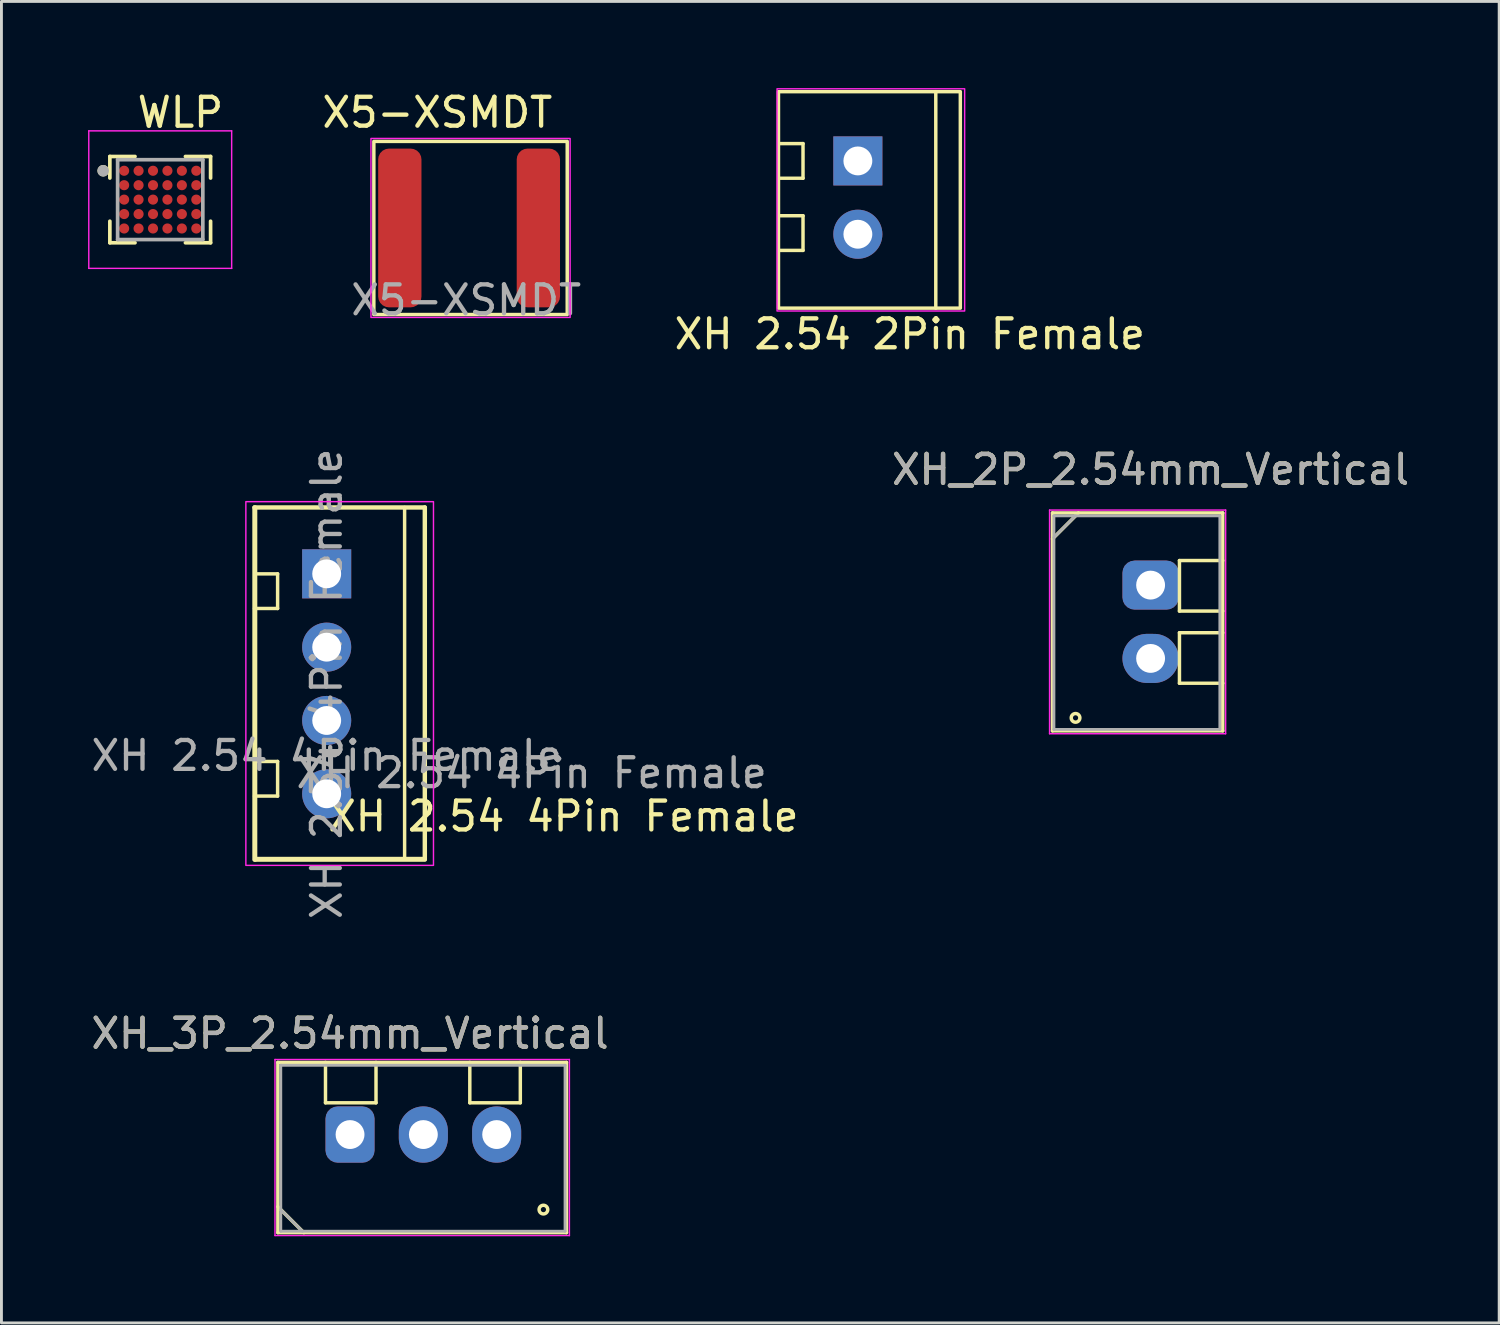
<source format=kicad_pcb>
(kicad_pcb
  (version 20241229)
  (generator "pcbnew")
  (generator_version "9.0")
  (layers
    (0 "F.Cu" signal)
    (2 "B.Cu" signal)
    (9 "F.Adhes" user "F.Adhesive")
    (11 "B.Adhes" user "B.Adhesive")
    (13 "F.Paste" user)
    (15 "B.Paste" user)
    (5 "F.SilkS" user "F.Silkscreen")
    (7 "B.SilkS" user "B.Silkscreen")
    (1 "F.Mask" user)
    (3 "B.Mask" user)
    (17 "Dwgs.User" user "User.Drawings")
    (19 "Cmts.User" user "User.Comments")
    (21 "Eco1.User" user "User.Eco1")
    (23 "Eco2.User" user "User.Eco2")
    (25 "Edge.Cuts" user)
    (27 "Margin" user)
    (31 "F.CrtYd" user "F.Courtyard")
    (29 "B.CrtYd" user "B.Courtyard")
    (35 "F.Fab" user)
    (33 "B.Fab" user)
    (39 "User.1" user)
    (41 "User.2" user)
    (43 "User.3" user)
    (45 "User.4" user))
  (footprint "XH_3P_2.54mm_Vertical"
    (layer "F.Cu")
    (at 9.077 36.257)
    (property "Reference" "XH_3P_2.54mm_Vertical" (at 0 -3.5 0) (unlocked yes) (layer "F.SilkS") (effects (font (size 1 1) (thickness 0.15))))
    (attr through_hole)
    (fp_line (start -2.5 -2.5) (end 7.5 -2.5) (stroke (width 0.12) (type solid)) (layer "F.SilkS"))
    (fp_line (start -2.5 2.5) (end -1.6 3.4) (stroke (width 0.12) (type solid)) (layer "F.SilkS"))
    (fp_line (start -2.5 3.4) (end -2.5 -2.5) (stroke (width 0.12) (type solid)) (layer "F.SilkS"))
    (fp_line (start -2.5 3.4) (end 7.5 3.4) (stroke (width 0.12) (type solid)) (layer "F.SilkS"))
    (fp_line (start -0.85 -2.5) (end -0.85 -1.1) (stroke (width 0.12) (type solid)) (layer "F.SilkS"))
    (fp_line (start -0.85 -1.1) (end 0.9 -1.1) (stroke (width 0.12) (type solid)) (layer "F.SilkS"))
    (fp_line (start 0.9 -1.1) (end 0.9 -2.5) (stroke (width 0.12) (type solid)) (layer "F.SilkS"))
    (fp_line (start 4.15 -2.5) (end 4.15 -1.1) (stroke (width 0.12) (type solid)) (layer "F.SilkS"))
    (fp_line (start 4.15 -1.1) (end 5.9 -1.1) (stroke (width 0.12) (type solid)) (layer "F.SilkS"))
    (fp_line (start 5.9 -1.1) (end 5.9 -2.5) (stroke (width 0.12) (type solid)) (layer "F.SilkS"))
    (fp_line (start 7.5 3.4) (end 7.5 -2.5) (stroke (width 0.12) (type solid)) (layer "F.SilkS"))
    (fp_circle (center 6.7 2.6) (end 6.7 2.75) (stroke (width 0.12) (type solid)) (fill no) (layer "F.SilkS"))
    (fp_line (start -2.6 -2.6) (end -2.6 3.5) (stroke (width 0.05) (type solid)) (layer "F.CrtYd"))
    (fp_line (start -2.6 -2.6) (end 7.6 -2.6) (stroke (width 0.05) (type solid)) (layer "F.CrtYd"))
    (fp_line (start -2.6 3.5) (end 7.6 3.5) (stroke (width 0.05) (type solid)) (layer "F.CrtYd"))
    (fp_line (start 7.6 -2.6) (end 7.6 3.5) (stroke (width 0.05) (type solid)) (layer "F.CrtYd"))
    (fp_line (start -2.4 2.6) (end -1.65 3.35) (stroke (width 0.1) (type solid)) (layer "F.Fab"))
    (fp_line (start -2.4 3.35) (end -2.4 -2.4) (stroke (width 0.1) (type solid)) (layer "F.Fab"))
    (fp_line (start 7.45 -2.4) (end -2.4 -2.4) (stroke (width 0.1) (type solid)) (layer "F.Fab"))
    (fp_line (start 7.45 3.35) (end -2.4 3.35) (stroke (width 0.1) (type solid)) (layer "F.Fab"))
    (fp_line (start 7.45 3.35) (end 7.45 -2.4) (stroke (width 0.1) (type solid)) (layer "F.Fab"))
    (fp_text user "${REFERENCE}" (at 0 -3.5 0) (unlocked yes) (layer "F.Fab") (effects (font (size 1 1) (thickness 0.15))))
    (pad "1" thru_hole roundrect (at 0 0 90) (size 1.95 1.7) (drill 1) (layers "*.Cu" "*.Mask") (roundrect_rratio 0.25))
    (pad "2" thru_hole oval (at 2.54 0 90) (size 1.95 1.7) (drill 1) (layers "*.Cu" "*.Mask"))
    (pad "3" thru_hole oval (at 5.08 0 90) (size 1.95 1.7) (drill 1) (layers "*.Cu" "*.Mask")))
  (footprint "XH_2P_2.54mm_Vertical"
    (layer "F.Cu")
    (at 36.813 17.221)
    (property "Reference" "XH_2P_2.54mm_Vertical" (at 0 -4 0) (unlocked yes) (layer "F.SilkS") (effects (font (size 1 1) (thickness 0.15))))
    (attr through_hole)
    (fp_line (start -3.4 -2.5) (end -3.4 5.05) (stroke (width 0.12) (type solid)) (layer "F.SilkS"))
    (fp_line (start -3.4 -2.5) (end 2.5 -2.5) (stroke (width 0.12) (type solid)) (layer "F.SilkS"))
    (fp_line (start -3.4 5.05) (end 2.5 5.05) (stroke (width 0.12) (type solid)) (layer "F.SilkS"))
    (fp_line (start -2.5 -2.5) (end -3.4 -1.6) (stroke (width 0.12) (type solid)) (layer "F.SilkS"))
    (fp_line (start 1 -0.85) (end 1 0.9) (stroke (width 0.12) (type solid)) (layer "F.SilkS"))
    (fp_line (start 1 0.9) (end 2.5 0.9) (stroke (width 0.12) (type solid)) (layer "F.SilkS"))
    (fp_line (start 1 1.65) (end 1 3.4) (stroke (width 0.12) (type solid)) (layer "F.SilkS"))
    (fp_line (start 1 3.4) (end 2.5 3.4) (stroke (width 0.12) (type solid)) (layer "F.SilkS"))
    (fp_line (start 2.5 -2.5) (end 2.5 5.05) (stroke (width 0.12) (type solid)) (layer "F.SilkS"))
    (fp_line (start 2.5 -0.85) (end 1 -0.85) (stroke (width 0.12) (type solid)) (layer "F.SilkS"))
    (fp_line (start 2.5 1.65) (end 1 1.65) (stroke (width 0.12) (type solid)) (layer "F.SilkS"))
    (fp_circle (center -2.6 4.6) (end -2.75 4.6) (stroke (width 0.12) (type solid)) (fill no) (layer "F.SilkS"))
    (fp_line (start -3.5 -2.6) (end -3.5 5.15) (stroke (width 0.05) (type solid)) (layer "F.CrtYd"))
    (fp_line (start 2.6 -2.6) (end -3.5 -2.6) (stroke (width 0.05) (type solid)) (layer "F.CrtYd"))
    (fp_line (start 2.6 -2.6) (end 2.6 5.15) (stroke (width 0.05) (type solid)) (layer "F.CrtYd"))
    (fp_line (start 2.6 5.15) (end -3.5 5.15) (stroke (width 0.05) (type solid)) (layer "F.CrtYd"))
    (fp_line (start -3.35 -2.4) (end 2.4 -2.4) (stroke (width 0.1) (type solid)) (layer "F.Fab"))
    (fp_line (start -3.35 5) (end -3.35 -2.4) (stroke (width 0.1) (type solid)) (layer "F.Fab"))
    (fp_line (start -3.35 5) (end 2.4 5) (stroke (width 0.1) (type solid)) (layer "F.Fab"))
    (fp_line (start -2.6 -2.4) (end -3.35 -1.65) (stroke (width 0.1) (type solid)) (layer "F.Fab"))
    (fp_line (start 2.4 5) (end 2.4 -2.4) (stroke (width 0.1) (type solid)) (layer "F.Fab"))
    (fp_text user "${REFERENCE}" (at 0 -4 0) (unlocked yes) (layer "F.Fab") (effects (font (size 1 1) (thickness 0.15))))
    (pad "1" thru_hole roundrect (at 0 0) (size 1.95 1.7) (drill 1) (layers "*.Cu" "*.Mask") (roundrect_rratio 0.25))
    (pad "2" thru_hole oval (at 0 2.54) (size 1.95 1.7) (drill 1) (layers "*.Cu" "*.Mask")))
  (footprint "XH 2.54 2Pin Female"
    (layer "F.Cu")
    (at 26.671 6.325)
    (property "Reference" "XH 2.54 2Pin Female" (at 1.8 2.2 0) (unlocked yes) (layer "F.SilkS") (effects (font (size 1 1) (thickness 0.15))))
    (attr through_hole)
    (fp_line (start -2.7 -4.4) (end -1.9 -4.4) (stroke (width 0.12) (type solid)) (layer "F.SilkS"))
    (fp_line (start -2.7 -1.9) (end -1.9 -1.9) (stroke (width 0.12) (type solid)) (layer "F.SilkS"))
    (fp_line (start -1.9 -4.4) (end -1.9 -3.2) (stroke (width 0.12) (type solid)) (layer "F.SilkS"))
    (fp_line (start -1.9 -3.2) (end -2.7 -3.2) (stroke (width 0.12) (type solid)) (layer "F.SilkS"))
    (fp_line (start -1.9 -1.9) (end -1.9 -0.7) (stroke (width 0.12) (type solid)) (layer "F.SilkS"))
    (fp_line (start -1.9 -0.7) (end -2.7 -0.7) (stroke (width 0.12) (type solid)) (layer "F.SilkS"))
    (fp_line (start 2.7 -6.2) (end 2.7 1.3) (stroke (width 0.12) (type solid)) (layer "F.SilkS"))
    (fp_rect (start -2.75 -6.2) (end 3.55 1.3) (stroke (width 0.12) (type solid)) (fill no) (layer "F.SilkS"))
    (fp_rect (start -2.8 -6.3) (end 3.7 1.4) (stroke (width 0.05) (type solid)) (fill no) (layer "F.CrtYd"))
    (pad "1" thru_hole rect (at 0 -3.8) (size 1.7 1.7) (drill 1) (layers "*.Cu" "*.Mask"))
    (pad "2" thru_hole oval (at 0 -1.26) (size 1.7 1.7) (drill 1) (layers "*.Cu" "*.Mask")))
  (footprint "X5-XSMDT"
    (layer "F.Cu")
    (at 13.102 4.848)
    (property "Reference" "X5-XSMDT" (at -1 -4 0) (unlocked yes) (layer "F.SilkS") (effects (font (size 1 1) (thickness 0.15))))
    (attr smd)
    (fp_rect (start -3.2 -3) (end 3.5 3) (stroke (width 0.12) (type solid)) (fill no) (layer "F.SilkS"))
    (fp_rect (start -3.3 -3.1) (end 3.6 3.1) (stroke (width 0.05) (type solid)) (fill no) (layer "F.CrtYd"))
    (fp_text user "${REFERENCE}" (at 0 2.5 0) (unlocked yes) (layer "F.Fab") (effects (font (size 1 1) (thickness 0.15))))
    (pad "1" smd roundrect (at -2.3 0) (size 1.5 5.5) (layers "F.Cu" "F.Mask" "F.Paste") (roundrect_rratio 0.25))
    (pad "2" smd roundrect (at 2.5 0) (size 1.5 5.5) (layers "F.Cu" "F.Mask" "F.Paste") (roundrect_rratio 0.25)))
  (footprint "WLP"
    (layer "F.Cu")
    (at 2.501 3.866)
    (property "Reference" "WLP" (at 0.7 -3.018 0) (layer "F.SilkS") (effects (font (size 1 1) (thickness 0.15))))
    (attr through_hole)
    (fp_line (start -1.745 -1.495) (end -1.745 -0.748) (stroke (width 0.127) (type solid)) (layer "F.SilkS"))
    (fp_line (start -1.745 -1.495) (end -0.873 -1.495) (stroke (width 0.127) (type solid)) (layer "F.SilkS"))
    (fp_line (start -1.745 1.495) (end -1.745 0.748) (stroke (width 0.127) (type solid)) (layer "F.SilkS"))
    (fp_line (start -1.745 1.495) (end -0.873 1.495) (stroke (width 0.127) (type solid)) (layer "F.SilkS"))
    (fp_line (start 1.745 -1.495) (end 0.873 -1.495) (stroke (width 0.127) (type solid)) (layer "F.SilkS"))
    (fp_line (start 1.745 -1.495) (end 1.745 -0.748) (stroke (width 0.127) (type solid)) (layer "F.SilkS"))
    (fp_line (start 1.745 1.495) (end 0.873 1.495) (stroke (width 0.127) (type solid)) (layer "F.SilkS"))
    (fp_line (start 1.745 1.495) (end 1.745 0.748) (stroke (width 0.127) (type solid)) (layer "F.SilkS"))
    (fp_circle (center -1.976 -1) (end -1.875 -1) (stroke (width 0.2) (type solid)) (fill no) (layer "F.SilkS"))
    (fp_line (start -2.475 -2.382) (end 2.475 -2.382) (stroke (width 0.05) (type solid)) (layer "F.CrtYd"))
    (fp_line (start -2.475 2.382) (end -2.475 -2.382) (stroke (width 0.05) (type solid)) (layer "F.CrtYd"))
    (fp_line (start -2.475 2.382) (end 2.475 2.382) (stroke (width 0.05) (type solid)) (layer "F.CrtYd"))
    (fp_line (start 2.475 2.382) (end 2.475 -2.382) (stroke (width 0.05) (type solid)) (layer "F.CrtYd"))
    (fp_line (start -1.476 1.383) (end -1.476 -1.383) (stroke (width 0.127) (type solid)) (layer "F.Fab"))
    (fp_line (start 1.476 -1.383) (end -1.476 -1.383) (stroke (width 0.127) (type solid)) (layer "F.Fab"))
    (fp_line (start 1.476 1.383) (end -1.476 1.383) (stroke (width 0.127) (type solid)) (layer "F.Fab"))
    (fp_line (start 1.476 1.383) (end 1.476 -1.383) (stroke (width 0.127) (type solid)) (layer "F.Fab"))
    (fp_circle (center -1.976 -1) (end -1.875 -1) (stroke (width 0.2) (type solid)) (fill no) (layer "F.Fab"))
    (pad "A1" smd circle (at -1.25 -1) (size 0.35 0.35) (layers "F.Cu" "F.Mask" "F.Paste"))
    (pad "A2" smd circle (at -0.75 -1) (size 0.35 0.35) (layers "F.Cu" "F.Mask" "F.Paste"))
    (pad "A3" smd circle (at -0.25 -1) (size 0.35 0.35) (layers "F.Cu" "F.Mask" "F.Paste"))
    (pad "A4" smd circle (at 0.25 -1) (size 0.35 0.35) (layers "F.Cu" "F.Mask" "F.Paste"))
    (pad "A5" smd circle (at 0.75 -1) (size 0.35 0.35) (layers "F.Cu" "F.Mask" "F.Paste"))
    (pad "A6" smd circle (at 1.25 -1) (size 0.35 0.35) (layers "F.Cu" "F.Mask" "F.Paste"))
    (pad "B1" smd circle (at -1.25 -0.5) (size 0.35 0.35) (layers "F.Cu" "F.Mask" "F.Paste"))
    (pad "B2" smd circle (at -0.75 -0.5) (size 0.35 0.35) (layers "F.Cu" "F.Mask" "F.Paste"))
    (pad "B3" smd circle (at -0.25 -0.5) (size 0.35 0.35) (layers "F.Cu" "F.Mask" "F.Paste"))
    (pad "B4" smd circle (at 0.25 -0.5) (size 0.35 0.35) (layers "F.Cu" "F.Mask" "F.Paste"))
    (pad "B5" smd circle (at 0.75 -0.5) (size 0.35 0.35) (layers "F.Cu" "F.Mask" "F.Paste"))
    (pad "B6" smd circle (at 1.25 -0.5) (size 0.35 0.35) (layers "F.Cu" "F.Mask" "F.Paste"))
    (pad "C1" smd circle (at -1.25 0) (size 0.35 0.35) (layers "F.Cu" "F.Mask" "F.Paste"))
    (pad "C2" smd circle (at -0.75 0) (size 0.35 0.35) (layers "F.Cu" "F.Mask" "F.Paste"))
    (pad "C3" smd circle (at -0.25 0) (size 0.35 0.35) (layers "F.Cu" "F.Mask" "F.Paste"))
    (pad "C4" smd circle (at 0.25 0) (size 0.35 0.35) (layers "F.Cu" "F.Mask" "F.Paste"))
    (pad "C5" smd circle (at 0.75 0) (size 0.35 0.35) (layers "F.Cu" "F.Mask" "F.Paste"))
    (pad "C6" smd circle (at 1.25 0) (size 0.35 0.35) (layers "F.Cu" "F.Mask" "F.Paste"))
    (pad "D1" smd circle (at -1.25 0.5) (size 0.35 0.35) (layers "F.Cu" "F.Mask" "F.Paste"))
    (pad "D2" smd circle (at -0.75 0.5) (size 0.35 0.35) (layers "F.Cu" "F.Mask" "F.Paste"))
    (pad "D3" smd circle (at -0.25 0.5) (size 0.35 0.35) (layers "F.Cu" "F.Mask" "F.Paste"))
    (pad "D4" smd circle (at 0.25 0.5) (size 0.35 0.35) (layers "F.Cu" "F.Mask" "F.Paste"))
    (pad "D5" smd circle (at 0.75 0.5) (size 0.35 0.35) (layers "F.Cu" "F.Mask" "F.Paste"))
    (pad "D6" smd circle (at 1.25 0.5) (size 0.35 0.35) (layers "F.Cu" "F.Mask" "F.Paste"))
    (pad "E1" smd circle (at -1.25 1) (size 0.35 0.35) (layers "F.Cu" "F.Mask" "F.Paste"))
    (pad "E2" smd circle (at -0.75 1) (size 0.35 0.35) (layers "F.Cu" "F.Mask" "F.Paste"))
    (pad "E3" smd circle (at -0.25 1) (size 0.35 0.35) (layers "F.Cu" "F.Mask" "F.Paste"))
    (pad "E4" smd circle (at 0.25 1) (size 0.35 0.35) (layers "F.Cu" "F.Mask" "F.Paste"))
    (pad "E5" smd circle (at 0.75 1) (size 0.35 0.35) (layers "F.Cu" "F.Mask" "F.Paste"))
    (pad "E6" smd circle (at 1.25 1) (size 0.35 0.35) (layers "F.Cu" "F.Mask" "F.Paste")))
  (footprint "XH 2.54 4Pin Female"
    (layer "F.Cu")
    (at 8.268 20.631)
    (property "Reference" "XH 2.54 4Pin Female" (at 8.2 4.6 0) (unlocked yes) (layer "F.SilkS") (effects (font (size 1 1) (thickness 0.15))))
    (attr through_hole)
    (fp_line (start -2.4 -3.8) (end -1.7 -3.8) (stroke (width 0.12) (type solid)) (layer "F.SilkS"))
    (fp_line (start -2.4 2.7) (end -1.7 2.7) (stroke (width 0.12) (type solid)) (layer "F.SilkS"))
    (fp_line (start -1.7 -3.8) (end -1.7 -2.6) (stroke (width 0.12) (type solid)) (layer "F.SilkS"))
    (fp_line (start -1.7 -2.6) (end -2.5 -2.6) (stroke (width 0.12) (type solid)) (layer "F.SilkS"))
    (fp_line (start -1.7 2.7) (end -1.7 3.9) (stroke (width 0.12) (type solid)) (layer "F.SilkS"))
    (fp_line (start -1.7 3.9) (end -2.5 3.9) (stroke (width 0.12) (type solid)) (layer "F.SilkS"))
    (fp_line (start 2.7 -6.1) (end 2.7 6) (stroke (width 0.12) (type solid)) (layer "F.SilkS"))
    (fp_rect (start -2.5 -6.1) (end -2.48 6.1) (stroke (width 0.153) (type solid)) (fill no) (layer "F.SilkS"))
    (fp_rect (start -2.5 -6.1) (end 3.4 -6.1) (stroke (width 0.153) (type solid)) (fill no) (layer "F.SilkS"))
    (fp_rect (start -2.48 6.08) (end 3.4 6.1) (stroke (width 0.153) (type solid)) (fill no) (layer "F.SilkS"))
    (fp_rect (start 3.4 6.08) (end 3.4 -6.1) (stroke (width 0.153) (type solid)) (fill no) (layer "F.SilkS"))
    (fp_rect (start -2.8 -6.3) (end 3.7 6.3) (stroke (width 0.05) (type solid)) (fill no) (layer "F.CrtYd"))
    (fp_text user "${REFERENCE}" (at 7.1 3.1 0) (unlocked yes) (layer "F.Fab") (effects (font (size 1 1) (thickness 0.15))))
    (fp_text user "${REFERENCE}" (at 0 2.5 0) (unlocked yes) (layer "F.Fab") (effects (font (size 1 1) (thickness 0.15))))
    (fp_text user "${REFERENCE}" (at 0 0.01 90) (layer "F.Fab") (effects (font (size 1 1) (thickness 0.15))))
    (pad "1" thru_hole rect (at 0 -3.8) (size 1.7 1.7) (drill 1) (layers "*.Cu" "*.Mask"))
    (pad "2" thru_hole oval (at 0 -1.26) (size 1.7 1.7) (drill 1) (layers "*.Cu" "*.Mask"))
    (pad "3" thru_hole oval (at 0 1.28) (size 1.7 1.7) (drill 1) (layers "*.Cu" "*.Mask"))
    (pad "4" thru_hole oval (at 0 3.82) (size 1.7 1.7) (drill 1) (layers "*.Cu" "*.Mask")))
  (gr_rect
    (start -3 -3)
    (end 48.89 42.782)
    (stroke (width 0.1) (type default))
    (fill no)
    (layer "Edge.Cuts")))
</source>
